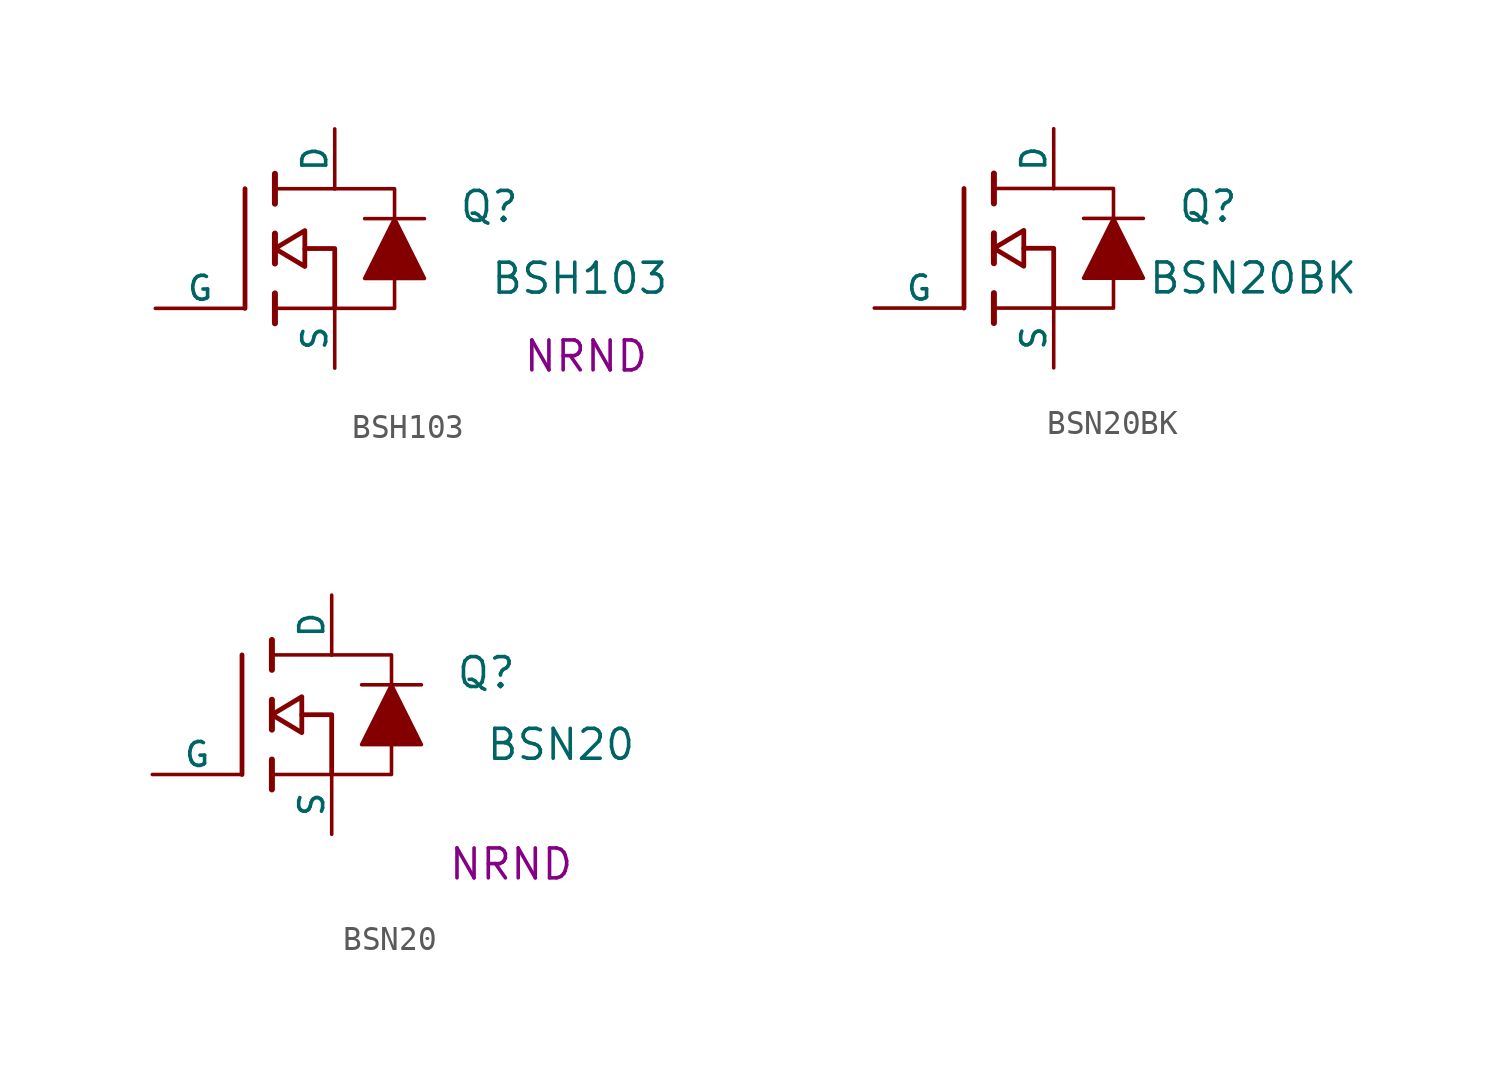
<source format=kicad_sym>
(kicad_symbol_lib
  (version 20211014)
  (generator kicad_symbol_editor)
  (symbol "BSH103"
    (pin_numbers hide)
    (pin_names
      (offset 0))
    (property "Reference" "Q"
      (at 15.494 4.318 0)
      (effects (font (size 1.27 1.27)) (justify right)))
    (property "Value" "BSH103"
      (at 21.844 1.27 0)
      (effects (font (size 1.27 1.27)) (justify right)))
    (property "Desc1" "NRND"
      (at 18.288 -2.032 0)
      (effects (font (size 1.27 1.27))))
    (symbol "BSH103_0_1"
      (polyline (pts (xy 3.81 0) (xy 3.81 5.08)) (stroke (width 0.203) (type default) (color 0 0 0 0)) (fill (type none)))
      (polyline (pts (xy 5.08 -0.635) (xy 5.08 0.635)) (stroke (width 0.254) (type default) (color 0 0 0 0)) (fill (type none)))
      (polyline (pts (xy 5.08 1.905) (xy 5.08 3.175)) (stroke (width 0.254) (type default) (color 0 0 0 0)) (fill (type none)))
      (polyline (pts (xy 5.08 4.445) (xy 5.08 5.715)) (stroke (width 0.254) (type default) (color 0 0 0 0)) (fill (type none)))
      (polyline (pts (xy 7.62 0) (xy 5.08 0)) (stroke (width 0) (type default) (color 0 0 0 0)) (fill (type none)))
      (polyline (pts (xy 7.62 5.08) (xy 5.08 5.08)) (stroke (width 0) (type default) (color 0 0 0 0)) (fill (type none)))
      (polyline (pts (xy 8.89 3.81) (xy 11.43 3.81)) (stroke (width 0) (type default) (color 0 0 0 0)) (fill (type none)))
      (polyline (pts (xy 7.62 0) (xy 7.62 2.54) (xy 6.35 2.54)) (stroke (width 0.203) (type default) (color 0 0 0 0)) (fill (type none)))
      (polyline (pts (xy 7.62 0) (xy 10.16 0) (xy 10.16 1.27)) (stroke (width 0) (type default) (color 0 0 0 0)) (fill (type none)))
      (polyline (pts (xy 10.16 3.81) (xy 10.16 5.08) (xy 7.62 5.08)) (stroke (width 0) (type default) (color 0 0 0 0)) (fill (type none)))
      (polyline (pts (xy 10.16 3.81) (xy 8.89 1.27) (xy 11.43 1.27) (xy 10.16 3.81)) (stroke (width 0) (type default) (color 0 0 0 0)) (fill (type outline)))
      (polyline (pts (xy 6.35 3.302) (xy 6.35 1.778) (xy 5.08 2.54) (xy 6.35 3.302) (xy 6.35 3.302)) (stroke (width 0.203) (type default) (color 0 0 0 0)) (fill (type none))))
    (symbol "BSH103_1_1"
      (pin passive line (at 0 0 0) (length 3.81) (name "G" (effects (font (size 1.016 1.016)))) (number "1" (effects (font (size 1.016 1.016)))))
      (pin passive line (at 7.62 -2.54 90) (length 2.54) (name "S" (effects (font (size 1.016 1.016)))) (number "2" (effects (font (size 1.016 1.016)))))
      (pin passive line (at 7.62 7.62 270) (length 2.54) (name "D" (effects (font (size 1.016 1.016)))) (number "3" (effects (font (size 1.016 1.016)))))))
  (symbol "BSN20BK"
    (pin_numbers hide)
    (pin_names
      (offset 0))
    (property "Reference" "Q"
      (at 15.494 4.318 0)
      (effects (font (size 1.27 1.27)) (justify right)))
    (property "Value" "BSN20BK"
      (at 20.574 1.27 0)
      (effects (font (size 1.27 1.27)) (justify right)))
    (symbol "BSN20BK_0_1"
      (polyline (pts (xy 3.81 0) (xy 3.81 5.08)) (stroke (width 0.203) (type default) (color 0 0 0 0)) (fill (type none)))
      (polyline (pts (xy 5.08 -0.635) (xy 5.08 0.635)) (stroke (width 0.254) (type default) (color 0 0 0 0)) (fill (type none)))
      (polyline (pts (xy 5.08 1.905) (xy 5.08 3.175)) (stroke (width 0.254) (type default) (color 0 0 0 0)) (fill (type none)))
      (polyline (pts (xy 5.08 4.445) (xy 5.08 5.715)) (stroke (width 0.254) (type default) (color 0 0 0 0)) (fill (type none)))
      (polyline (pts (xy 7.62 0) (xy 5.08 0)) (stroke (width 0) (type default) (color 0 0 0 0)) (fill (type none)))
      (polyline (pts (xy 7.62 5.08) (xy 5.08 5.08)) (stroke (width 0) (type default) (color 0 0 0 0)) (fill (type none)))
      (polyline (pts (xy 8.89 3.81) (xy 11.43 3.81)) (stroke (width 0) (type default) (color 0 0 0 0)) (fill (type none)))
      (polyline (pts (xy 7.62 0) (xy 7.62 2.54) (xy 6.35 2.54)) (stroke (width 0.203) (type default) (color 0 0 0 0)) (fill (type none)))
      (polyline (pts (xy 7.62 0) (xy 10.16 0) (xy 10.16 1.27)) (stroke (width 0) (type default) (color 0 0 0 0)) (fill (type none)))
      (polyline (pts (xy 10.16 3.81) (xy 10.16 5.08) (xy 7.62 5.08)) (stroke (width 0) (type default) (color 0 0 0 0)) (fill (type none)))
      (polyline (pts (xy 10.16 3.81) (xy 8.89 1.27) (xy 11.43 1.27) (xy 10.16 3.81)) (stroke (width 0) (type default) (color 0 0 0 0)) (fill (type outline)))
      (polyline (pts (xy 6.35 3.302) (xy 6.35 1.778) (xy 5.08 2.54) (xy 6.35 3.302) (xy 6.35 3.302)) (stroke (width 0.203) (type default) (color 0 0 0 0)) (fill (type none))))
    (symbol "BSN20BK_1_1"
      (pin passive line (at 0 0 0) (length 3.81) (name "G" (effects (font (size 1.016 1.016)))) (number "1" (effects (font (size 1.016 1.016)))))
      (pin passive line (at 7.62 -2.54 90) (length 2.54) (name "S" (effects (font (size 1.016 1.016)))) (number "2" (effects (font (size 1.016 1.016)))))
      (pin passive line (at 7.62 7.62 270) (length 2.54) (name "D" (effects (font (size 1.016 1.016)))) (number "3" (effects (font (size 1.016 1.016)))))))
  (symbol "BSN20"
    (pin_numbers hide)
    (pin_names
      (offset 0))
    (property "Reference" "Q"
      (at 15.494 4.318 0)
      (effects (font (size 1.27 1.27)) (justify right)))
    (property "Value" "BSN20"
      (at 20.574 1.27 0)
      (effects (font (size 1.27 1.27)) (justify right)))
    (property "Desc1" "NRND"
      (at 15.24 -3.81 0)
      (effects (font (size 1.27 1.27))))
    (symbol "BSN20_0_1"
      (polyline (pts (xy 3.81 0) (xy 3.81 5.08)) (stroke (width 0.203) (type default) (color 0 0 0 0)) (fill (type none)))
      (polyline (pts (xy 5.08 -0.635) (xy 5.08 0.635)) (stroke (width 0.254) (type default) (color 0 0 0 0)) (fill (type none)))
      (polyline (pts (xy 5.08 1.905) (xy 5.08 3.175)) (stroke (width 0.254) (type default) (color 0 0 0 0)) (fill (type none)))
      (polyline (pts (xy 5.08 4.445) (xy 5.08 5.715)) (stroke (width 0.254) (type default) (color 0 0 0 0)) (fill (type none)))
      (polyline (pts (xy 7.62 0) (xy 5.08 0)) (stroke (width 0) (type default) (color 0 0 0 0)) (fill (type none)))
      (polyline (pts (xy 7.62 5.08) (xy 5.08 5.08)) (stroke (width 0) (type default) (color 0 0 0 0)) (fill (type none)))
      (polyline (pts (xy 8.89 3.81) (xy 11.43 3.81)) (stroke (width 0) (type default) (color 0 0 0 0)) (fill (type none)))
      (polyline (pts (xy 7.62 0) (xy 7.62 2.54) (xy 6.35 2.54)) (stroke (width 0.203) (type default) (color 0 0 0 0)) (fill (type none)))
      (polyline (pts (xy 7.62 0) (xy 10.16 0) (xy 10.16 1.27)) (stroke (width 0) (type default) (color 0 0 0 0)) (fill (type none)))
      (polyline (pts (xy 10.16 3.81) (xy 10.16 5.08) (xy 7.62 5.08)) (stroke (width 0) (type default) (color 0 0 0 0)) (fill (type none)))
      (polyline (pts (xy 10.16 3.81) (xy 8.89 1.27) (xy 11.43 1.27) (xy 10.16 3.81)) (stroke (width 0) (type default) (color 0 0 0 0)) (fill (type outline)))
      (polyline (pts (xy 6.35 3.302) (xy 6.35 1.778) (xy 5.08 2.54) (xy 6.35 3.302) (xy 6.35 3.302)) (stroke (width 0.203) (type default) (color 0 0 0 0)) (fill (type none))))
    (symbol "BSN20_1_1"
      (pin passive line (at 0 0 0) (length 3.81) (name "G" (effects (font (size 1.016 1.016)))) (number "1" (effects (font (size 1.016 1.016)))))
      (pin passive line (at 7.62 -2.54 90) (length 2.54) (name "S" (effects (font (size 1.016 1.016)))) (number "2" (effects (font (size 1.016 1.016)))))
      (pin passive line (at 7.62 7.62 270) (length 2.54) (name "D" (effects (font (size 1.016 1.016)))) (number "3" (effects (font (size 1.016 1.016))))))))
</source>
